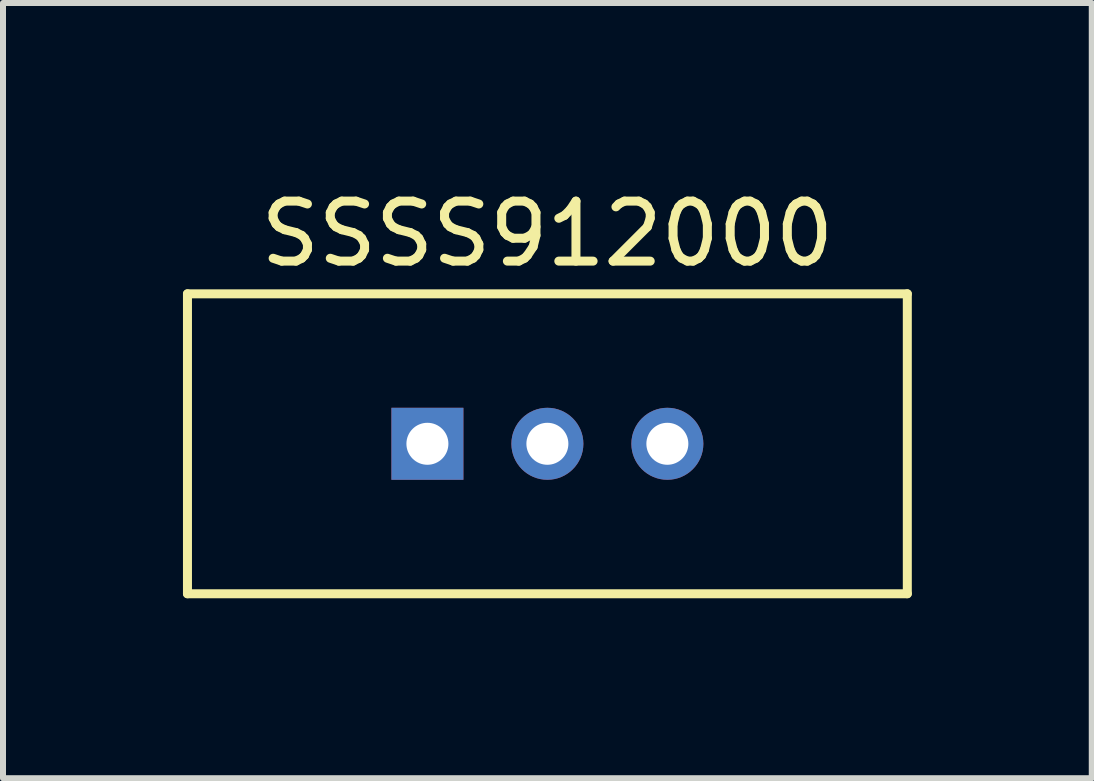
<source format=kicad_pcb>
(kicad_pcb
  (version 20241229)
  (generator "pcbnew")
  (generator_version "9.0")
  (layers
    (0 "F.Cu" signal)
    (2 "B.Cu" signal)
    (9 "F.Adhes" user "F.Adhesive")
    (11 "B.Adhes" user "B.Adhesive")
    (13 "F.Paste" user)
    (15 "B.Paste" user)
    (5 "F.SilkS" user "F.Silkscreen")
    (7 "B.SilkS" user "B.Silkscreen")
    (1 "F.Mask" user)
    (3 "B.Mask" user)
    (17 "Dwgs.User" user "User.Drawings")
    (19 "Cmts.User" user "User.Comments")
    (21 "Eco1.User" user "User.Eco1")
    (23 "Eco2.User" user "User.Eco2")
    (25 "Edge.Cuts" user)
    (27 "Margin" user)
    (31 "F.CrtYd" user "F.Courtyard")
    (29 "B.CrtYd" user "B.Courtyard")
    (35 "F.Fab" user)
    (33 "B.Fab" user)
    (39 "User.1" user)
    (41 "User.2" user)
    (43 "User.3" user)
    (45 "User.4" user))
  (footprint "SSSS912000"
    (layer "F.Cu")
    (at 6.075 4.348)
    (property "Reference" "SSSS912000" (at 0 -3.5 0) (layer "F.SilkS") (effects (font (size 1 1) (thickness 0.15))))
    (attr through_hole)
    (fp_line (start -6 -2.5) (end 6 -2.5) (stroke (width 0.15) (type solid)) (layer "F.SilkS"))
    (fp_line (start -6 2.5) (end -6 -2.5) (stroke (width 0.15) (type solid)) (layer "F.SilkS"))
    (fp_line (start 6 -2.5) (end 6 2.5) (stroke (width 0.15) (type solid)) (layer "F.SilkS"))
    (fp_line (start 6 2.5) (end -6 2.5) (stroke (width 0.15) (type solid)) (layer "F.SilkS"))
    (pad "1" thru_hole rect (at -2 0) (size 1.2 1.2) (drill 0.7) (layers "*.Cu" "*.Mask"))
    (pad "2" thru_hole circle (at 0 0) (size 1.2 1.2) (drill 0.7) (layers "*.Cu" "*.Mask"))
    (pad "3" thru_hole circle (at 2 0) (size 1.2 1.2) (drill 0.7) (layers "*.Cu" "*.Mask")))
  (gr_rect
    (start -3 -3)
    (end 15.15 9.923)
    (stroke (width 0.1) (type default))
    (fill no)
    (layer "Edge.Cuts")))
</source>
